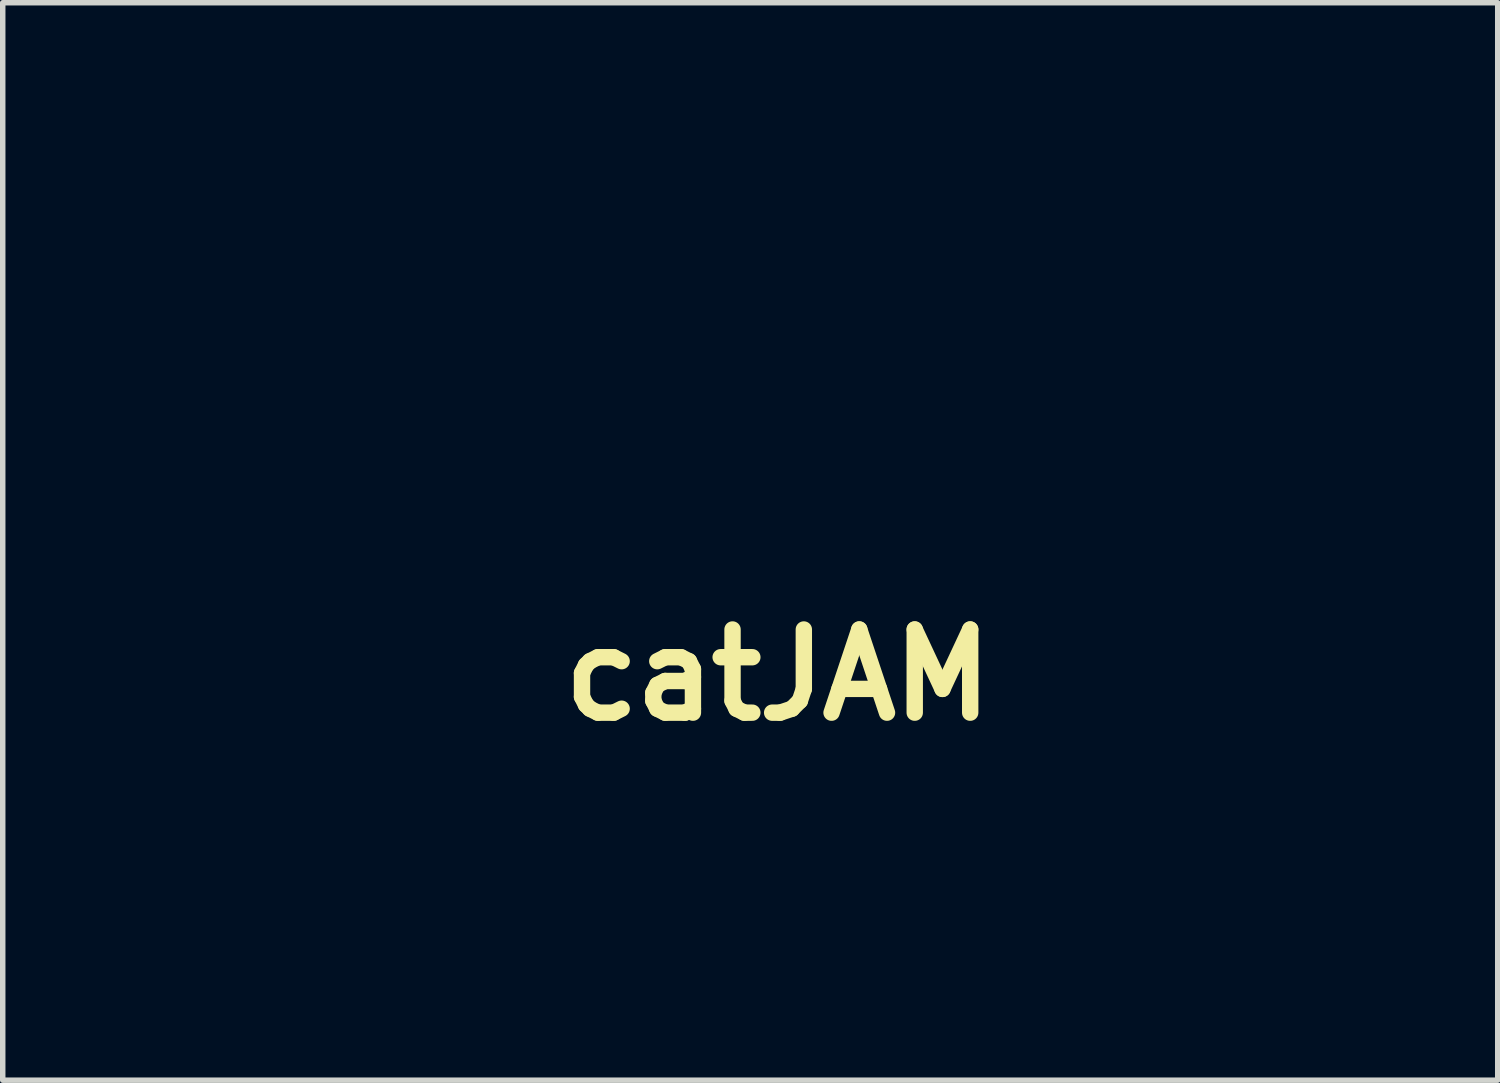
<source format=kicad_pcb>
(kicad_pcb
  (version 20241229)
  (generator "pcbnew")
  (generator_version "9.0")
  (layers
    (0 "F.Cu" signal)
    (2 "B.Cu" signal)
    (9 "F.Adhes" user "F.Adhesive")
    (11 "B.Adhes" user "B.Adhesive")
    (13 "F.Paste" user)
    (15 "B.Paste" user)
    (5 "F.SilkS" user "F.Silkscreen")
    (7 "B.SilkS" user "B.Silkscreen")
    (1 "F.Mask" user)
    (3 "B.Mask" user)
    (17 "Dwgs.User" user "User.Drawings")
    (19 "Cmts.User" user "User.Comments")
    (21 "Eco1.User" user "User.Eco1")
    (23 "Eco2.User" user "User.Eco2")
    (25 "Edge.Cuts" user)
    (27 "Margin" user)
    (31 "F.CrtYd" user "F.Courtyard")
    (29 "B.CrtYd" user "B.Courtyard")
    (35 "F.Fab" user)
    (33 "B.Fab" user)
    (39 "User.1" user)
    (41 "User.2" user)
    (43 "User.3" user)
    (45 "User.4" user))
  (footprint "catJAM"
    (layer "F.Cu")
    (at 11.206 9.318)
    (property "Reference" "catJAM" (at 0 0 0) (layer "F.SilkS") (effects (font (size 1.524 1.524) (thickness 0.3))))
    (attr through_hole)
    (fp_poly (pts (xy -5.165 -7.662) (xy -5.207 -7.62) (xy -5.249 -7.662) (xy -5.207 -7.705) (xy -5.165 -7.662)) (stroke (width 0.01) (type solid)) (fill no) (layer "Eco2.User"))
    (fp_poly (pts (xy -2.371 -6.477) (xy -2.413 -6.435) (xy -2.455 -6.477) (xy -2.413 -6.519) (xy -2.371 -6.477)) (stroke (width 0.01) (type solid)) (fill no) (layer "Eco2.User"))
    (fp_poly (pts (xy -2.201 -6.646) (xy -2.244 -6.604) (xy -2.286 -6.646) (xy -2.244 -6.689) (xy -2.201 -6.646)) (stroke (width 0.01) (type solid)) (fill no) (layer "Eco2.User"))
    (fp_poly (pts (xy -2.117 -6.816) (xy -2.159 -6.773) (xy -2.201 -6.816) (xy -2.159 -6.858) (xy -2.117 -6.816)) (stroke (width 0.01) (type solid)) (fill no) (layer "Eco2.User"))
    (fp_poly (pts (xy -1.101 -4.106) (xy -1.143 -4.064) (xy -1.185 -4.106) (xy -1.143 -4.149) (xy -1.101 -4.106)) (stroke (width 0.01) (type solid)) (fill no) (layer "Eco2.User"))
    (fp_poly (pts (xy 2.371 -5.715) (xy 2.328 -5.673) (xy 2.286 -5.715) (xy 2.328 -5.757) (xy 2.371 -5.715)) (stroke (width 0.01) (type solid)) (fill no) (layer "Eco2.User"))
    (fp_poly (pts (xy 2.371 -0.55) (xy 2.328 -0.508) (xy 2.286 -0.55) (xy 2.328 -0.593) (xy 2.371 -0.55)) (stroke (width 0.01) (type solid)) (fill no) (layer "Eco2.User"))
    (fp_poly (pts (xy 3.641 0.804) (xy 3.598 0.847) (xy 3.556 0.804) (xy 3.598 0.762) (xy 3.641 0.804)) (stroke (width 0.01) (type solid)) (fill no) (layer "Eco2.User"))
    (fp_poly (pts (xy 4.318 1.143) (xy 4.276 1.185) (xy 4.233 1.143) (xy 4.276 1.101) (xy 4.318 1.143)) (stroke (width 0.01) (type solid)) (fill no) (layer "Eco2.User"))
    (fp_poly (pts (xy 4.487 1.312) (xy 4.445 1.355) (xy 4.403 1.312) (xy 4.445 1.27) (xy 4.487 1.312)) (stroke (width 0.01) (type solid)) (fill no) (layer "Eco2.User"))
    (fp_poly (pts (xy 5.673 -7.493) (xy 5.63 -7.451) (xy 5.588 -7.493) (xy 5.63 -7.535) (xy 5.673 -7.493)) (stroke (width 0.01) (type solid)) (fill no) (layer "Eco2.User"))
    (fp_poly (pts (xy 6.858 -8.678) (xy 6.816 -8.636) (xy 6.773 -8.678) (xy 6.816 -8.721) (xy 6.858 -8.678)) (stroke (width 0.01) (type solid)) (fill no) (layer "Eco2.User"))
    (fp_poly (pts (xy 7.027 -8.848) (xy 6.985 -8.805) (xy 6.943 -8.848) (xy 6.985 -8.89) (xy 7.027 -8.848)) (stroke (width 0.01) (type solid)) (fill no) (layer "Eco2.User"))
    (fp_poly (pts (xy 7.197 -9.017) (xy 7.154 -8.975) (xy 7.112 -9.017) (xy 7.154 -9.059) (xy 7.197 -9.017)) (stroke (width 0.01) (type solid)) (fill no) (layer "Eco2.User"))
    (fp_poly (pts (xy 10.16 -9.271) (xy 10.118 -9.229) (xy 10.075 -9.271) (xy 10.118 -9.313) (xy 10.16 -9.271)) (stroke (width 0.01) (type solid)) (fill no) (layer "Eco2.User"))
    (fp_poly (pts (xy -6.463 -8.354) (xy -6.475 -8.303) (xy -6.519 -8.297) (xy -6.589 -8.328) (xy -6.576 -8.354) (xy -6.475 -8.364) (xy -6.463 -8.354)) (stroke (width 0.01) (type solid)) (fill no) (layer "Eco2.User"))
    (fp_poly (pts (xy -5.78 -8.01) (xy -5.806 -7.971) (xy -5.891 -7.965) (xy -5.982 -7.986) (xy -5.943 -8.017) (xy -5.81 -8.027) (xy -5.78 -8.01)) (stroke (width 0.01) (type solid)) (fill no) (layer "Eco2.User"))
    (fp_poly (pts (xy -5.447 -7.846) (xy -5.459 -7.795) (xy -5.503 -7.789) (xy -5.573 -7.82) (xy -5.56 -7.846) (xy -5.459 -7.856) (xy -5.447 -7.846)) (stroke (width 0.01) (type solid)) (fill no) (layer "Eco2.User"))
    (fp_poly (pts (xy -2.688 -6.321) (xy -2.678 -6.291) (xy -2.794 -6.279) (xy -2.914 -6.292) (xy -2.9 -6.321) (xy -2.726 -6.333) (xy -2.688 -6.321)) (stroke (width 0.01) (type solid)) (fill no) (layer "Eco2.User"))
    (fp_poly (pts (xy -1.891 -6.999) (xy -1.903 -6.949) (xy -1.947 -6.943) (xy -2.017 -6.974) (xy -2.004 -6.999) (xy -1.903 -7.009) (xy -1.891 -6.999)) (stroke (width 0.01) (type solid)) (fill no) (layer "Eco2.User"))
    (fp_poly (pts (xy -0.96 -3.951) (xy -0.949 -3.851) (xy -0.96 -3.838) (xy -1.01 -3.85) (xy -1.016 -3.895) (xy -0.985 -3.964) (xy -0.96 -3.951)) (stroke (width 0.01) (type solid)) (fill no) (layer "Eco2.User"))
    (fp_poly (pts (xy 3.11 0.288) (xy 3.084 0.326) (xy 2.999 0.332) (xy 2.908 0.311) (xy 2.947 0.281) (xy 3.08 0.271) (xy 3.11 0.288)) (stroke (width 0.01) (type solid)) (fill no) (layer "Eco2.User"))
    (fp_poly (pts (xy 3.358 0.452) (xy 3.347 0.502) (xy 3.302 0.508) (xy 3.232 0.477) (xy 3.246 0.452) (xy 3.346 0.441) (xy 3.358 0.452)) (stroke (width 0.01) (type solid)) (fill no) (layer "Eco2.User"))
    (fp_poly (pts (xy 4.036 0.96) (xy 4.024 1.01) (xy 3.979 1.016) (xy 3.91 0.985) (xy 3.923 0.96) (xy 4.023 0.949) (xy 4.036 0.96)) (stroke (width 0.01) (type solid)) (fill no) (layer "Eco2.User"))
    (fp_poly (pts (xy 4.459 -6.914) (xy 4.469 -6.814) (xy 4.459 -6.802) (xy 4.409 -6.813) (xy 4.403 -6.858) (xy 4.434 -6.928) (xy 4.459 -6.914)) (stroke (width 0.01) (type solid)) (fill no) (layer "Eco2.User"))
    (fp_poly (pts (xy -8.83 -9.299) (xy -8.86 -9.249) (xy -8.89 -9.229) (xy -9.065 -9.15) (xy -9.141 -9.2) (xy -9.144 -9.229) (xy -9.072 -9.294) (xy -8.954 -9.312) (xy -8.83 -9.299)) (stroke (width 0.01) (type solid)) (fill no) (layer "Eco2.User"))
    (fp_poly (pts (xy -0.433 -2.597) (xy -0.44 -2.483) (xy -0.469 -2.376) (xy -0.508 -2.425) (xy -0.534 -2.489) (xy -0.566 -2.639) (xy -0.552 -2.693) (xy -0.475 -2.704) (xy -0.433 -2.597)) (stroke (width 0.01) (type solid)) (fill no) (layer "Eco2.User"))
    (fp_poly (pts (xy 3.019 -6.213) (xy 3.006 -6.181) (xy 2.93 -6.1) (xy 2.916 -6.096) (xy 2.88 -6.162) (xy 2.879 -6.181) (xy 2.944 -6.262) (xy 2.968 -6.265) (xy 3.019 -6.213)) (stroke (width 0.01) (type solid)) (fill no) (layer "Eco2.User"))
    (fp_poly (pts (xy 3.723 -6.54) (xy 3.725 -6.519) (xy 3.661 -6.437) (xy 3.641 -6.435) (xy 3.558 -6.499) (xy 3.556 -6.519) (xy 3.62 -6.602) (xy 3.641 -6.604) (xy 3.723 -6.54)) (stroke (width 0.01) (type solid)) (fill no) (layer "Eco2.User"))
    (fp_poly (pts (xy 5.235 -7.236) (xy 5.249 -7.197) (xy 5.181 -7.122) (xy 5.122 -7.112) (xy 5.01 -7.158) (xy 4.995 -7.197) (xy 5.064 -7.272) (xy 5.122 -7.281) (xy 5.235 -7.236)) (stroke (width 0.01) (type solid)) (fill no) (layer "Eco2.User"))
    (fp_poly (pts (xy 5.828 1.908) (xy 5.842 1.947) (xy 5.773 2.022) (xy 5.715 2.032) (xy 5.602 1.986) (xy 5.588 1.947) (xy 5.657 1.872) (xy 5.715 1.863) (xy 5.828 1.908)) (stroke (width 0.01) (type solid)) (fill no) (layer "Eco2.User"))
    (fp_poly (pts (xy 8.029 -7.236) (xy 8.043 -7.197) (xy 7.975 -7.122) (xy 7.916 -7.112) (xy 7.804 -7.158) (xy 7.789 -7.197) (xy 7.858 -7.272) (xy 7.916 -7.281) (xy 8.029 -7.236)) (stroke (width 0.01) (type solid)) (fill no) (layer "Eco2.User"))
    (fp_poly (pts (xy 2.174 -1.192) (xy 2.201 -1.019) (xy 2.201 -0.979) (xy 2.18 -0.781) (xy 2.129 -0.68) (xy 2.117 -0.677) (xy 2.057 -0.751) (xy 2.032 -0.926) (xy 2.058 -1.122) (xy 2.117 -1.228) (xy 2.174 -1.192)) (stroke (width 0.01) (type solid)) (fill no) (layer "Eco2.User"))
    (fp_poly (pts (xy 6.111 2.197) (xy 6.155 2.237) (xy 6.293 2.385) (xy 6.344 2.483) (xy 6.34 2.494) (xy 6.254 2.475) (xy 6.112 2.367) (xy 6.111 2.366) (xy 5.978 2.217) (xy 5.927 2.11) (xy 5.979 2.105) (xy 6.111 2.197)) (stroke (width 0.01) (type solid)) (fill no) (layer "Eco2.User"))
    (fp_poly (pts (xy -3.217 3.344) (xy -3.072 3.511) (xy -3.08 3.609) (xy -3.239 3.639) (xy -3.364 3.626) (xy -3.336 3.574) (xy -3.302 3.548) (xy -3.225 3.464) (xy -3.281 3.415) (xy -3.379 3.319) (xy -3.387 3.282) (xy -3.335 3.263) (xy -3.217 3.344)) (stroke (width 0.01) (type solid)) (fill no) (layer "Eco2.User"))
    (fp_poly (pts (xy 2.003 -1.958) (xy 2.031 -1.775) (xy 2.032 -1.736) (xy 2.011 -1.54) (xy 1.958 -1.442) (xy 1.947 -1.439) (xy 1.891 -1.514) (xy 1.863 -1.697) (xy 1.863 -1.736) (xy 1.884 -1.932) (xy 1.936 -2.029) (xy 1.947 -2.032) (xy 2.003 -1.958)) (stroke (width 0.01) (type solid)) (fill no) (layer "Eco2.User"))
    (fp_poly (pts (xy 2.506 -0.311) (xy 2.684 -0.181) (xy 2.71 -0.156) (xy 2.866 0.008) (xy 2.955 0.117) (xy 2.963 0.134) (xy 2.907 0.179) (xy 2.772 0.135) (xy 2.609 0.024) (xy 2.546 -0.036) (xy 2.411 -0.22) (xy 2.406 -0.318) (xy 2.506 -0.311)) (stroke (width 0.01) (type solid)) (fill no) (layer "Eco2.User"))
    (fp_poly (pts (xy 4.945 1.393) (xy 5.167 1.536) (xy 5.253 1.605) (xy 5.406 1.756) (xy 5.447 1.843) (xy 5.419 1.854) (xy 5.267 1.797) (xy 5.129 1.688) (xy 4.969 1.565) (xy 4.854 1.524) (xy 4.751 1.473) (xy 4.741 1.439) (xy 4.796 1.358) (xy 4.945 1.393)) (stroke (width 0.01) (type solid)) (fill no) (layer "Eco2.User"))
    (fp_poly (pts (xy -8.361 -9.286) (xy -8.297 -9.234) (xy -8.227 -9.151) (xy -8.107 -9.095) (xy -7.975 -9.045) (xy -7.998 -9.005) (xy -8.086 -8.968) (xy -8.32 -8.902) (xy -8.44 -8.942) (xy -8.467 -9.053) (xy -8.533 -9.206) (xy -8.615 -9.255) (xy -8.662 -9.285) (xy -8.549 -9.303) (xy -8.53 -9.304) (xy -8.361 -9.286)) (stroke (width 0.01) (type solid)) (fill no) (layer "Eco2.User"))
    (fp_poly (pts (xy 2.131 -5.288) (xy 2.171 -5.101) (xy 2.182 -4.974) (xy 2.176 -4.694) (xy 2.133 -4.386) (xy 2.065 -4.104) (xy 1.985 -3.904) (xy 1.936 -3.845) (xy 1.888 -3.888) (xy 1.864 -4.051) (xy 1.863 -4.096) (xy 1.885 -4.309) (xy 1.939 -4.438) (xy 1.947 -4.445) (xy 1.996 -4.554) (xy 2.027 -4.771) (xy 2.032 -4.916) (xy 2.048 -5.19) (xy 2.086 -5.316) (xy 2.131 -5.288)) (stroke (width 0.01) (type solid)) (fill no) (layer "Eco2.User"))
    (fp_poly (pts (xy 4.372 -2.122) (xy 4.387 -2.035) (xy 4.432 -1.902) (xy 4.529 -1.875) (xy 4.715 -1.954) (xy 4.803 -2.003) (xy 5.076 -2.087) (xy 5.354 -2.059) (xy 5.589 -1.939) (xy 5.733 -1.745) (xy 5.757 -1.612) (xy 5.725 -1.517) (xy 5.611 -1.443) (xy 5.389 -1.381) (xy 5.034 -1.323) (xy 4.847 -1.298) (xy 4.617 -1.281) (xy 4.511 -1.312) (xy 4.487 -1.392) (xy 4.433 -1.554) (xy 4.324 -1.707) (xy 4.215 -1.861) (xy 4.233 -1.997) (xy 4.26 -2.045) (xy 4.338 -2.158) (xy 4.372 -2.122)) (stroke (width 0.01) (type solid)) (fill no) (layer "Eco2.User"))
    (fp_poly (pts (xy 9.296 -2.136) (xy 9.313 -2.106) (xy 9.387 -2.055) (xy 9.569 -2.042) (xy 9.608 -2.044) (xy 9.846 -2.041) (xy 9.995 -1.956) (xy 10.096 -1.754) (xy 10.141 -1.604) (xy 10.18 -1.412) (xy 10.15 -1.278) (xy 10.025 -1.139) (xy 9.914 -1.044) (xy 9.699 -0.887) (xy 9.565 -0.852) (xy 9.519 -0.88) (xy 9.381 -0.93) (xy 9.111 -0.955) (xy 8.746 -0.953) (xy 8.319 -0.925) (xy 7.979 -0.886) (xy 7.696 -0.859) (xy 7.497 -0.888) (xy 7.3 -0.989) (xy 7.198 -1.057) (xy 6.91 -1.217) (xy 6.687 -1.244) (xy 6.662 -1.239) (xy 6.486 -1.24) (xy 6.361 -1.376) (xy 6.353 -1.391) (xy 6.284 -1.587) (xy 6.346 -1.703) (xy 6.555 -1.761) (xy 6.619 -1.767) (xy 6.889 -1.794) (xy 7.112 -1.82) (xy 7.335 -1.84) (xy 7.62 -1.854) (xy 7.684 -1.856) (xy 7.928 -1.88) (xy 8.034 -1.947) (xy 8.043 -1.99) (xy 8.067 -2.072) (xy 8.167 -2.04) (xy 8.213 -2.012) (xy 8.385 -1.949) (xy 8.551 -2.012) (xy 8.738 -2.094) (xy 8.963 -2.146) (xy 9.167 -2.163) (xy 9.296 -2.136)) (stroke (width 0.01) (type solid)) (fill no) (layer "Eco2.User"))
    (fp_poly (pts (xy -4.248 3.441) (xy -4.015 3.455) (xy -3.9 3.479) (xy -3.895 3.487) (xy -3.824 3.543) (xy -3.725 3.556) (xy -3.588 3.586) (xy -3.556 3.628) (xy -3.624 3.755) (xy -3.78 3.887) (xy -3.955 3.971) (xy -4.011 3.979) (xy -4.175 4.015) (xy -4.41 4.104) (xy -4.496 4.143) (xy -4.713 4.238) (xy -4.827 4.251) (xy -4.881 4.188) (xy -4.882 4.186) (xy -4.998 4.097) (xy -5.216 4.064) (xy -5.408 4.041) (xy -5.502 3.986) (xy -5.503 3.976) (xy -5.555 3.932) (xy -5.667 3.976) (xy -5.87 4.049) (xy -5.978 4.064) (xy -6.165 4.116) (xy -6.259 4.175) (xy -6.526 4.343) (xy -6.784 4.418) (xy -6.969 4.389) (xy -7.09 4.25) (xy -7.112 4.158) (xy -7.05 3.986) (xy -6.905 3.82) (xy -6.743 3.728) (xy -6.714 3.725) (xy -6.589 3.667) (xy -6.524 3.603) (xy -6.382 3.525) (xy -6.243 3.561) (xy -6.181 3.689) (xy -6.122 3.766) (xy -6.054 3.756) (xy -5.966 3.68) (xy -5.97 3.639) (xy -5.929 3.575) (xy -5.772 3.517) (xy -5.762 3.515) (xy -5.548 3.483) (xy -5.248 3.46) (xy -4.905 3.445) (xy -4.558 3.438) (xy -4.248 3.441)) (stroke (width 0.01) (type solid)) (fill no) (layer "Eco2.User"))
    (fp_poly (pts (xy -3.593 -1.662) (xy -3.576 -1.624) (xy -3.474 -1.511) (xy -3.335 -1.436) (xy -3.182 -1.333) (xy -3.133 -1.231) (xy -3.052 -1.123) (xy -2.819 -1.053) (xy -2.814 -1.052) (xy -2.451 -0.947) (xy -2.241 -0.773) (xy -2.188 -0.638) (xy -2.11 -0.466) (xy -1.968 -0.286) (xy -1.849 -0.124) (xy -1.792 0.088) (xy -1.778 0.377) (xy -1.792 0.633) (xy -1.827 0.804) (xy -1.863 0.847) (xy -1.94 0.914) (xy -1.947 0.963) (xy -2.007 1.117) (xy -2.057 1.171) (xy -2.166 1.202) (xy -2.276 1.085) (xy -2.277 1.084) (xy -2.372 0.968) (xy -2.448 0.994) (xy -2.472 1.025) (xy -2.527 1.086) (xy -2.509 1) (xy -2.506 0.989) (xy -2.519 0.807) (xy -2.581 0.709) (xy -2.741 0.53) (xy -2.813 0.439) (xy -2.944 0.301) (xy -3.159 0.112) (xy -3.42 -0.099) (xy -3.691 -0.304) (xy -3.932 -0.473) (xy -4.105 -0.576) (xy -4.161 -0.595) (xy -4.297 -0.65) (xy -4.481 -0.779) (xy -4.511 -0.805) (xy -4.673 -0.988) (xy -4.705 -1.162) (xy -4.695 -1.215) (xy -4.592 -1.385) (xy -4.416 -1.519) (xy -4.23 -1.578) (xy -4.134 -1.557) (xy -4.004 -1.555) (xy -3.83 -1.62) (xy -3.668 -1.69) (xy -3.593 -1.662)) (stroke (width 0.01) (type solid)) (fill no) (layer "Eco2.User"))
    (fp_poly (pts (xy -11.094 -6.052) (xy -11.014 -5.962) (xy -10.921 -5.871) (xy -10.797 -5.811) (xy -10.6 -5.771) (xy -10.292 -5.74) (xy -10.118 -5.727) (xy -9.848 -5.686) (xy -9.622 -5.617) (xy -9.594 -5.603) (xy -9.396 -5.524) (xy -9.277 -5.503) (xy -9.16 -5.449) (xy -9.144 -5.397) (xy -9.061 -5.326) (xy -8.811 -5.281) (xy -8.615 -5.267) (xy -8.396 -5.254) (xy -8.22 -5.227) (xy -8.055 -5.171) (xy -7.872 -5.07) (xy -7.639 -4.907) (xy -7.326 -4.666) (xy -7.045 -4.445) (xy -6.703 -4.126) (xy -6.519 -3.835) (xy -6.495 -3.578) (xy -6.542 -3.466) (xy -6.61 -3.375) (xy -6.697 -3.33) (xy -6.843 -3.326) (xy -7.086 -3.361) (xy -7.345 -3.41) (xy -7.626 -3.485) (xy -7.773 -3.571) (xy -7.789 -3.61) (xy -7.863 -3.699) (xy -8.001 -3.725) (xy -8.169 -3.768) (xy -8.213 -3.848) (xy -8.282 -4.03) (xy -8.452 -4.218) (xy -8.663 -4.359) (xy -8.826 -4.403) (xy -9.032 -4.451) (xy -9.144 -4.53) (xy -9.277 -4.637) (xy -9.345 -4.657) (xy -9.467 -4.708) (xy -9.646 -4.835) (xy -9.686 -4.868) (xy -9.887 -5.008) (xy -10.065 -5.078) (xy -10.089 -5.08) (xy -10.219 -5.118) (xy -10.245 -5.165) (xy -10.305 -5.247) (xy -10.324 -5.249) (xy -10.434 -5.291) (xy -10.636 -5.399) (xy -10.822 -5.51) (xy -11.065 -5.675) (xy -11.182 -5.802) (xy -11.201 -5.921) (xy -11.195 -5.947) (xy -11.153 -6.069) (xy -11.094 -6.052)) (stroke (width 0.01) (type solid)) (fill no) (layer "Eco2.User")))
  (gr_rect
    (start -3 -3)
    (end 24.391 16.741)
    (stroke (width 0.1) (type default))
    (fill no)
    (layer "Edge.Cuts")))
</source>
